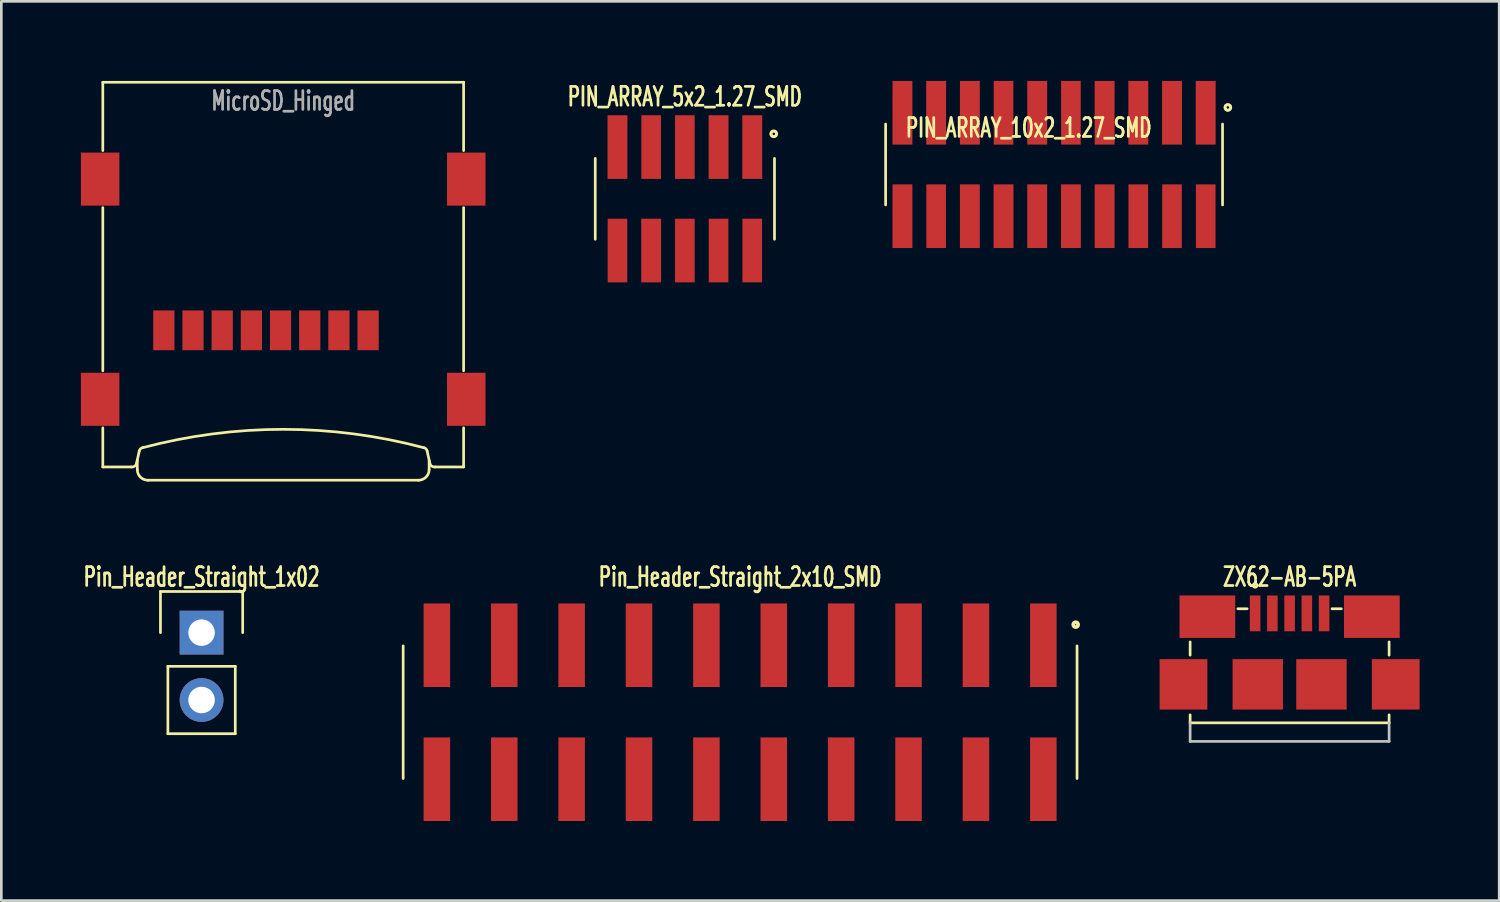
<source format=kicad_pcb>
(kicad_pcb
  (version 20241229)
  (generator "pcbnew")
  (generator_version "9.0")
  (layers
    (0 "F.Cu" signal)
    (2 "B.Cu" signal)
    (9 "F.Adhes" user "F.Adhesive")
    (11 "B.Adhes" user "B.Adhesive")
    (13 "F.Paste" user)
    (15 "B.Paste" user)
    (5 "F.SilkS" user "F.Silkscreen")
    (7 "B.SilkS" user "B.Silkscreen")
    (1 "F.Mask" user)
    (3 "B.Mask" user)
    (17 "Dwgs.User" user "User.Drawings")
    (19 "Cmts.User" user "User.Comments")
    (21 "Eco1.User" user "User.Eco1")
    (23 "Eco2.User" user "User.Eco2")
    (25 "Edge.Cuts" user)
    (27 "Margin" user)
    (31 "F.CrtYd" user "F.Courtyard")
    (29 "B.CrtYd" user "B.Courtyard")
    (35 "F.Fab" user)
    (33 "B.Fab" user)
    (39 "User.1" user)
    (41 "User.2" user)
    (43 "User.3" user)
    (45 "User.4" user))
  (footprint "MicroSD_Hinged"
    (layer "F.Cu")
    (at 7.625 7.851)
    (property "Reference" "MicroSD_Hinged" (at 0 -7.1 0) (layer "F.Fab") (effects (font (size 0.711 0.457) (thickness 0.102))))
    (attr through_hole)
    (fp_line (start -6.8 -7.8) (end 6.8 -7.8) (stroke (width 0.102) (type solid)) (layer "F.SilkS"))
    (fp_line (start -6.8 -5.225) (end -6.8 -7.8) (stroke (width 0.102) (type solid)) (layer "F.SilkS"))
    (fp_line (start -6.8 -3.075) (end -6.8 3.075) (stroke (width 0.102) (type solid)) (layer "F.SilkS"))
    (fp_line (start -6.8 6.7) (end -6.8 5.225) (stroke (width 0.102) (type solid)) (layer "F.SilkS"))
    (fp_line (start -6.8 6.7) (end -5.725 6.7) (stroke (width 0.102) (type solid)) (layer "F.SilkS"))
    (fp_line (start -5.5 6.45) (end -5.5 6.8) (stroke (width 0.102) (type solid)) (layer "F.SilkS"))
    (fp_line (start -5.425 6.1) (end -5.525 6.55) (stroke (width 0.102) (type solid)) (layer "F.SilkS"))
    (fp_line (start -5.1 7.2) (end 5.1 7.2) (stroke (width 0.102) (type solid)) (layer "F.SilkS"))
    (fp_line (start 5.425 6.1) (end 5.525 6.55) (stroke (width 0.102) (type solid)) (layer "F.SilkS"))
    (fp_line (start 5.5 6.45) (end 5.5 6.8) (stroke (width 0.102) (type solid)) (layer "F.SilkS"))
    (fp_line (start 6.8 -7.8) (end 6.8 -5.225) (stroke (width 0.102) (type solid)) (layer "F.SilkS"))
    (fp_line (start 6.8 3.075) (end 6.8 -3.075) (stroke (width 0.102) (type solid)) (layer "F.SilkS"))
    (fp_line (start 6.8 6.7) (end 5.725 6.7) (stroke (width 0.102) (type solid)) (layer "F.SilkS"))
    (fp_line (start 6.8 6.7) (end 6.8 5.225) (stroke (width 0.102) (type solid)) (layer "F.SilkS"))
    (fp_arc (start -5.525 6.55) (mid -5.593934 6.666421) (end -5.725 6.7) (stroke (width 0.1016) (type solid)) (layer "F.SilkS"))
    (fp_arc (start -5.425 6.1) (mid -5.383534 6.018485) (end -5.302811 5.975496) (stroke (width 0.1016) (type solid)) (layer "F.SilkS"))
    (fp_arc (start -5.3 5.975) (mid 0.001578 5.282153) (end 5.303049 5.975811) (stroke (width 0.1016) (type solid)) (layer "F.SilkS"))
    (fp_arc (start -5.1 7.2) (mid -5.382843 7.082843) (end -5.5 6.8) (stroke (width 0.1016) (type solid)) (layer "F.SilkS"))
    (fp_arc (start 5.302811 5.975496) (mid 5.383533 6.018485) (end 5.425 6.1) (stroke (width 0.1016) (type solid)) (layer "F.SilkS"))
    (fp_arc (start 5.5 6.8) (mid 5.382843 7.082843) (end 5.1 7.2) (stroke (width 0.1016) (type solid)) (layer "F.SilkS"))
    (fp_arc (start 5.725 6.7) (mid 5.593934 6.666421) (end 5.525 6.55) (stroke (width 0.1016) (type solid)) (layer "F.SilkS"))
    (pad "1" smd rect (at 3.2 1.55) (size 0.8 1.5) (layers "F.Cu" "F.Mask" "F.Paste"))
    (pad "2" smd rect (at 2.1 1.55) (size 0.8 1.5) (layers "F.Cu" "F.Mask" "F.Paste"))
    (pad "3" smd rect (at 1 1.55) (size 0.8 1.5) (layers "F.Cu" "F.Mask" "F.Paste"))
    (pad "4" smd rect (at -0.1 1.55) (size 0.8 1.5) (layers "F.Cu" "F.Mask" "F.Paste"))
    (pad "5" smd rect (at -1.2 1.55) (size 0.8 1.5) (layers "F.Cu" "F.Mask" "F.Paste"))
    (pad "6" smd rect (at -2.3 1.55) (size 0.8 1.5) (layers "F.Cu" "F.Mask" "F.Paste"))
    (pad "7" smd rect (at -3.4 1.55) (size 0.8 1.5) (layers "F.Cu" "F.Mask" "F.Paste"))
    (pad "8" smd rect (at -4.5 1.55) (size 0.8 1.5) (layers "F.Cu" "F.Mask" "F.Paste"))
    (pad "9" smd rect (at -6.9 -4.15) (size 1.45 2) (layers "F.Cu" "F.Mask" "F.Paste"))
    (pad "9" smd rect (at -6.9 4.15) (size 1.45 2) (layers "F.Cu" "F.Mask" "F.Paste"))
    (pad "9" smd rect (at 6.9 -4.15) (size 1.45 2) (layers "F.Cu" "F.Mask" "F.Paste"))
    (pad "9" smd rect (at 6.9 4.15) (size 1.45 2) (layers "F.Cu" "F.Mask" "F.Paste")))
  (footprint "ZX62-AB-5PA"
    (layer "F.Cu")
    (at 45.56 22.746)
    (property "Reference" "ZX62-AB-5PA" (at 0 -4.05 0) (layer "F.SilkS") (effects (font (size 0.711 0.457) (thickness 0.102))))
    (attr smd)
    (fp_line (start -3.75 -1.6) (end -3.75 -1.1) (stroke (width 0.102) (type solid)) (layer "F.SilkS"))
    (fp_line (start -3.75 1.45) (end -3.75 1.15) (stroke (width 0.102) (type solid)) (layer "F.SilkS"))
    (fp_line (start -3.75 1.45) (end 3.75 1.45) (stroke (width 0.102) (type solid)) (layer "F.SilkS"))
    (fp_line (start -1.95 -2.85) (end -1.6 -2.85) (stroke (width 0.102) (type solid)) (layer "F.SilkS"))
    (fp_line (start 1.6 -2.85) (end 1.95 -2.85) (stroke (width 0.102) (type solid)) (layer "F.SilkS"))
    (fp_line (start 3.75 -1.6) (end 3.75 -1.1) (stroke (width 0.102) (type solid)) (layer "F.SilkS"))
    (fp_line (start 3.75 1.15) (end 3.75 1.45) (stroke (width 0.102) (type solid)) (layer "F.SilkS"))
    (fp_circle (center -1.3 -3.73) (end -1.25 -3.68) (stroke (width 0.102) (type solid)) (fill no) (layer "F.SilkS"))
    (fp_line (start -3.75 1.45) (end -3.75 2.15) (stroke (width 0.102) (type solid)) (layer "Dwgs.User"))
    (fp_line (start -3.75 2.15) (end 3.75 2.15) (stroke (width 0.102) (type solid)) (layer "Dwgs.User"))
    (fp_line (start 3.75 1.45) (end 3.75 2.15) (stroke (width 0.102) (type solid)) (layer "Dwgs.User"))
    (pad "1" smd rect (at -1.3 -2.675) (size 0.4 1.35) (layers "F.Cu" "F.Mask" "F.Paste"))
    (pad "2" smd rect (at -0.65 -2.675) (size 0.4 1.35) (layers "F.Cu" "F.Mask" "F.Paste"))
    (pad "3" smd rect (at 0 -2.675) (size 0.4 1.35) (layers "F.Cu" "F.Mask" "F.Paste"))
    (pad "4" smd rect (at 0.65 -2.675) (size 0.4 1.35) (layers "F.Cu" "F.Mask" "F.Paste"))
    (pad "5" smd rect (at 1.3 -2.675) (size 0.4 1.35) (layers "F.Cu" "F.Mask" "F.Paste"))
    (pad "6" smd rect (at -4 0) (size 1.8 1.9) (layers "F.Cu" "F.Mask" "F.Paste"))
    (pad "6" smd rect (at -3.1 -2.55) (size 2.1 1.6) (layers "F.Cu" "F.Mask" "F.Paste"))
    (pad "6" smd rect (at -1.2 0) (size 1.9 1.9) (layers "F.Cu" "F.Mask" "F.Paste"))
    (pad "6" smd rect (at 1.2 0) (size 1.9 1.9) (layers "F.Cu" "F.Mask" "F.Paste"))
    (pad "6" smd rect (at 3.1 -2.55) (size 2.1 1.6) (layers "F.Cu" "F.Mask" "F.Paste"))
    (pad "6" smd rect (at 4 0) (size 1.8 1.9) (layers "F.Cu" "F.Mask" "F.Paste")))
  (footprint "PIN_ARRAY_5x2_1.27_SMD"
    (layer "F.Cu")
    (at 22.765 4.444)
    (property "Reference" "PIN_ARRAY_5x2_1.27_SMD" (at 0 -3.85 0) (layer "F.SilkS") (effects (font (size 0.711 0.457) (thickness 0.102))))
    (attr through_hole)
    (fp_line (start -3.378 -1.524) (end -3.378 1.524) (stroke (width 0.102) (type solid)) (layer "F.SilkS"))
    (fp_line (start 3.378 1.524) (end 3.378 -1.524) (stroke (width 0.102) (type solid)) (layer "F.SilkS"))
    (fp_circle (center 3.35 -2.45) (end 3.35 -2.5) (stroke (width 0.102) (type solid)) (fill no) (layer "F.SilkS"))
    (fp_circle (center 3.35 -2.45) (end 3.4 -2.55) (stroke (width 0.102) (type solid)) (fill no) (layer "F.SilkS"))
    (pad "1" smd rect (at 2.54 -1.95) (size 0.75 2.4) (layers "F.Cu" "F.Mask" "F.Paste"))
    (pad "2" smd rect (at 2.54 1.95) (size 0.74 2.4) (layers "F.Cu" "F.Mask" "F.Paste"))
    (pad "3" smd rect (at 1.27 -1.95) (size 0.75 2.4) (layers "F.Cu" "F.Mask" "F.Paste"))
    (pad "4" smd rect (at 1.27 1.95) (size 0.74 2.4) (layers "F.Cu" "F.Mask" "F.Paste"))
    (pad "5" smd rect (at 0 -1.95) (size 0.74 2.4) (layers "F.Cu" "F.Mask" "F.Paste"))
    (pad "6" smd rect (at 0 1.95) (size 0.74 2.4) (layers "F.Cu" "F.Mask" "F.Paste"))
    (pad "7" smd rect (at -1.27 -1.95) (size 0.74 2.4) (layers "F.Cu" "F.Mask" "F.Paste"))
    (pad "8" smd rect (at -1.27 1.95) (size 0.75 2.4) (layers "F.Cu" "F.Mask" "F.Paste"))
    (pad "9" smd rect (at -2.54 -1.95) (size 0.75 2.4) (layers "F.Cu" "F.Mask" "F.Paste"))
    (pad "10" smd rect (at -2.54 1.95) (size 0.74 2.4) (layers "F.Cu" "F.Mask" "F.Paste")))
  (footprint "PIN_ARRAY_10x2_1.27_SMD"
    (layer "F.Cu")
    (at 36.682 3.15)
    (property "Reference" "PIN_ARRAY_10x2_1.27_SMD" (at -0.955 -1.381 0) (layer "F.SilkS") (effects (font (size 0.711 0.457) (thickness 0.102))))
    (attr through_hole)
    (fp_line (start -6.35 -1.524) (end -6.35 1.524) (stroke (width 0.102) (type solid)) (layer "F.SilkS"))
    (fp_line (start 6.35 1.524) (end 6.35 -1.524) (stroke (width 0.102) (type solid)) (layer "F.SilkS"))
    (fp_circle (center 6.55 -2.15) (end 6.55 -2.2) (stroke (width 0.102) (type solid)) (fill no) (layer "F.SilkS"))
    (fp_circle (center 6.55 -2.15) (end 6.6 -2.25) (stroke (width 0.102) (type solid)) (fill no) (layer "F.SilkS"))
    (pad "1" smd rect (at 5.715 -1.95) (size 0.75 2.4) (layers "F.Cu" "F.Mask" "F.Paste"))
    (pad "2" smd rect (at 5.715 1.95) (size 0.74 2.4) (layers "F.Cu" "F.Mask" "F.Paste"))
    (pad "3" smd rect (at 4.445 -1.95) (size 0.75 2.4) (layers "F.Cu" "F.Mask" "F.Paste"))
    (pad "4" smd rect (at 4.445 1.95) (size 0.74 2.4) (layers "F.Cu" "F.Mask" "F.Paste"))
    (pad "5" smd rect (at 3.175 -1.95) (size 0.75 2.4) (layers "F.Cu" "F.Mask" "F.Paste"))
    (pad "6" smd rect (at 3.175 1.95) (size 0.74 2.4) (layers "F.Cu" "F.Mask" "F.Paste"))
    (pad "7" smd rect (at 1.905 -1.95) (size 0.75 2.4) (layers "F.Cu" "F.Mask" "F.Paste"))
    (pad "8" smd rect (at 1.905 1.95) (size 0.75 2.4) (layers "F.Cu" "F.Mask" "F.Paste"))
    (pad "9" smd rect (at 0.635 -1.95) (size 0.74 2.4) (layers "F.Cu" "F.Mask" "F.Paste"))
    (pad "10" smd rect (at 0.635 1.95) (size 0.75 2.4) (layers "F.Cu" "F.Mask" "F.Paste"))
    (pad "11" smd rect (at -0.635 -1.95) (size 0.75 2.4) (layers "F.Cu" "F.Mask" "F.Paste"))
    (pad "12" smd rect (at -0.635 1.95) (size 0.75 2.4) (layers "F.Cu" "F.Mask" "F.Paste"))
    (pad "13" smd rect (at -1.905 -1.95) (size 0.74 2.4) (layers "F.Cu" "F.Mask" "F.Paste"))
    (pad "14" smd rect (at -1.905 1.95) (size 0.75 2.4) (layers "F.Cu" "F.Mask" "F.Paste"))
    (pad "15" smd rect (at -3.175 -1.95) (size 0.75 2.4) (layers "F.Cu" "F.Mask" "F.Paste"))
    (pad "16" smd rect (at -3.175 1.95) (size 0.75 2.4) (layers "F.Cu" "F.Mask" "F.Paste"))
    (pad "17" smd rect (at -4.445 -1.95) (size 0.75 2.4) (layers "F.Cu" "F.Mask" "F.Paste"))
    (pad "18" smd rect (at -4.445 1.95) (size 0.74 2.4) (layers "F.Cu" "F.Mask" "F.Paste"))
    (pad "19" smd rect (at -5.715 -1.95) (size 0.75 2.4) (layers "F.Cu" "F.Mask" "F.Paste"))
    (pad "20" smd rect (at -5.715 1.95) (size 0.75 2.4) (layers "F.Cu" "F.Mask" "F.Paste")))
  (footprint "Pin_Header_Straight_1x02"
    (layer "F.Cu")
    (at 4.548 20.796)
    (property "Reference" "Pin_Header_Straight_1x02" (at 0 -2.1 0) (layer "F.SilkS") (effects (font (size 0.711 0.457) (thickness 0.102))))
    (attr through_hole)
    (fp_line (start -1.55 -1.55) (end 1.55 -1.55) (stroke (width 0.102) (type solid)) (layer "F.SilkS"))
    (fp_line (start -1.55 0) (end -1.55 -1.55) (stroke (width 0.102) (type solid)) (layer "F.SilkS"))
    (fp_line (start -1.27 1.27) (end -1.27 3.81) (stroke (width 0.102) (type solid)) (layer "F.SilkS"))
    (fp_line (start -1.27 3.81) (end 1.27 3.81) (stroke (width 0.102) (type solid)) (layer "F.SilkS"))
    (fp_line (start 1.27 1.27) (end -1.27 1.27) (stroke (width 0.102) (type solid)) (layer "F.SilkS"))
    (fp_line (start 1.27 1.27) (end 1.27 3.81) (stroke (width 0.102) (type solid)) (layer "F.SilkS"))
    (fp_line (start 1.55 -1.55) (end 1.55 0) (stroke (width 0.102) (type solid)) (layer "F.SilkS"))
    (pad "1" thru_hole rect (at 0 0) (size 1.651 1.651) (drill 1) (layers "*.Cu" "*.Mask"))
    (pad "2" thru_hole oval (at 0 2.54) (size 1.651 1.651) (drill 1) (layers "*.Cu" "*.Mask")))
  (footprint "Pin_Header_Straight_2x10_SMD"
    (layer "F.Cu")
    (at 24.847 23.796)
    (property "Reference" "Pin_Header_Straight_2x10_SMD" (at 0 -5.1 0) (layer "F.SilkS") (effects (font (size 0.711 0.457) (thickness 0.102))))
    (attr through_hole)
    (fp_line (start -12.7 -2.5) (end -12.7 2.5) (stroke (width 0.102) (type solid)) (layer "F.SilkS"))
    (fp_line (start 12.7 -2.5) (end 12.7 2.5) (stroke (width 0.102) (type solid)) (layer "F.SilkS"))
    (fp_circle (center 12.65 -3.3) (end 12.7 -3.35) (stroke (width 0.102) (type solid)) (fill no) (layer "F.SilkS"))
    (fp_circle (center 12.65 -3.3) (end 12.75 -3.35) (stroke (width 0.102) (type solid)) (fill no) (layer "F.SilkS"))
    (pad "1" smd rect (at 11.43 -2.525) (size 1 3.15) (layers "F.Cu" "F.Mask" "F.Paste"))
    (pad "2" smd rect (at 11.43 2.525) (size 1 3.15) (layers "F.Cu" "F.Mask" "F.Paste"))
    (pad "3" smd rect (at 8.89 -2.525) (size 1 3.15) (layers "F.Cu" "F.Mask" "F.Paste"))
    (pad "4" smd rect (at 8.89 2.525) (size 1 3.15) (layers "F.Cu" "F.Mask" "F.Paste"))
    (pad "5" smd rect (at 6.35 -2.525) (size 1 3.15) (layers "F.Cu" "F.Mask" "F.Paste"))
    (pad "6" smd rect (at 6.35 2.525) (size 1 3.15) (layers "F.Cu" "F.Mask" "F.Paste"))
    (pad "7" smd rect (at 3.81 -2.525) (size 1 3.15) (layers "F.Cu" "F.Mask" "F.Paste"))
    (pad "8" smd rect (at 3.81 2.525) (size 1 3.15) (layers "F.Cu" "F.Mask" "F.Paste"))
    (pad "9" smd rect (at 1.27 -2.525) (size 1 3.15) (layers "F.Cu" "F.Mask" "F.Paste"))
    (pad "10" smd rect (at 1.27 2.525) (size 1 3.15) (layers "F.Cu" "F.Mask" "F.Paste"))
    (pad "11" smd rect (at -1.27 -2.525) (size 1 3.15) (layers "F.Cu" "F.Mask" "F.Paste"))
    (pad "12" smd rect (at -1.27 2.525) (size 1 3.15) (layers "F.Cu" "F.Mask" "F.Paste"))
    (pad "13" smd rect (at -3.81 -2.525) (size 1 3.15) (layers "F.Cu" "F.Mask" "F.Paste"))
    (pad "14" smd rect (at -3.81 2.525) (size 1 3.15) (layers "F.Cu" "F.Mask" "F.Paste"))
    (pad "15" smd rect (at -6.35 -2.525) (size 1 3.15) (layers "F.Cu" "F.Mask" "F.Paste"))
    (pad "16" smd rect (at -6.35 2.525) (size 1 3.15) (layers "F.Cu" "F.Mask" "F.Paste"))
    (pad "17" smd rect (at -8.89 -2.525) (size 1 3.15) (layers "F.Cu" "F.Mask" "F.Paste"))
    (pad "18" smd rect (at -8.89 2.525) (size 1 3.15) (layers "F.Cu" "F.Mask" "F.Paste"))
    (pad "19" smd rect (at -11.43 -2.525) (size 1 3.15) (layers "F.Cu" "F.Mask" "F.Paste"))
    (pad "20" smd rect (at -11.43 2.525) (size 1 3.15) (layers "F.Cu" "F.Mask" "F.Paste")))
  (gr_rect
    (start -3 -3)
    (end 53.46 30.896)
    (stroke (width 0.1) (type default))
    (fill no)
    (layer "Edge.Cuts")))
</source>
